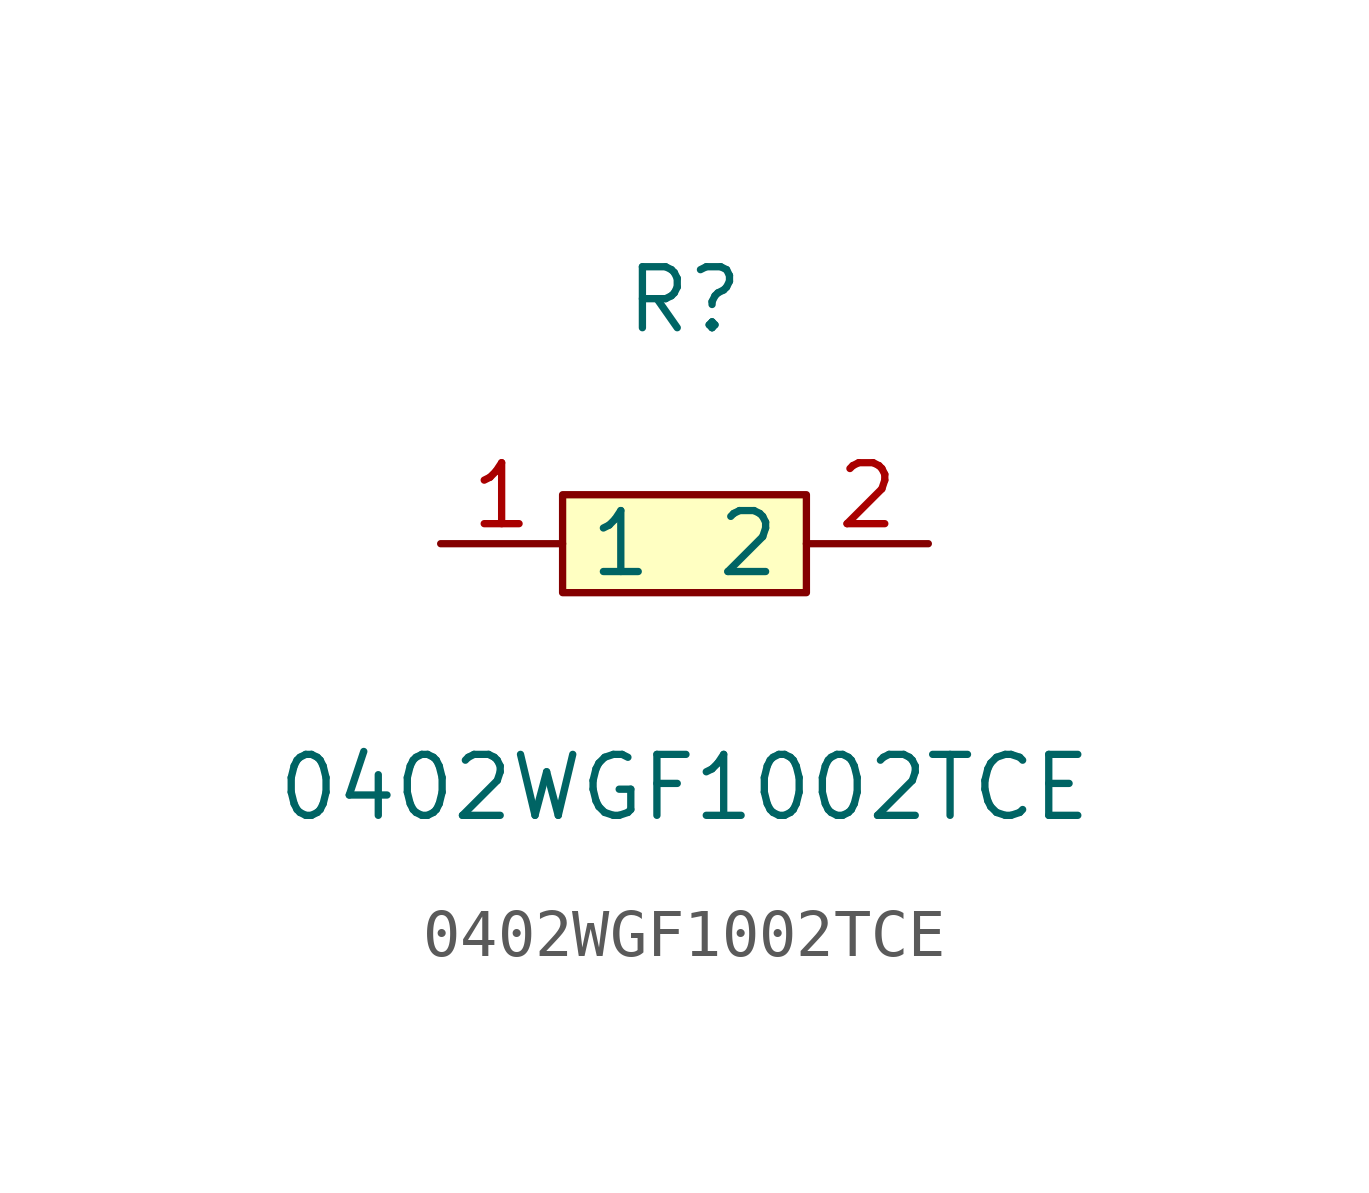
<source format=kicad_sym>
(kicad_symbol_lib
  (version 1)
  (generator "faebryk")
  (symbol "0402WGF1002TCE"
    (property "Reference" "R"
      (at 0 5.08 0)
      (effects (font (size 1.27 1.27)) (hide no)))
    (property "Value" "0402WGF1002TCE"
      (at 0 -5.08 0)
      (effects (font (size 1.27 1.27)) (hide no)))
    (symbol "0402WGF1002TCE_0_1"
      (rectangle (start -2.54 1.02) (end 2.54 -1.02) (stroke (width 0) (type default) (color 0 0 0 0)) (fill (type background)))
      (pin input line (at 5.08 0 180) (length 2.54) (name "2" (effects (font (size 1.27 1.27)) (hide no))) (number "2" (effects (font (size 1.27 1.27)) (hide no))))
      (pin input line (at -5.08 0 0) (length 2.54) (name "1" (effects (font (size 1.27 1.27)) (hide no))) (number "1" (effects (font (size 1.27 1.27)) (hide no)))))))
</source>
